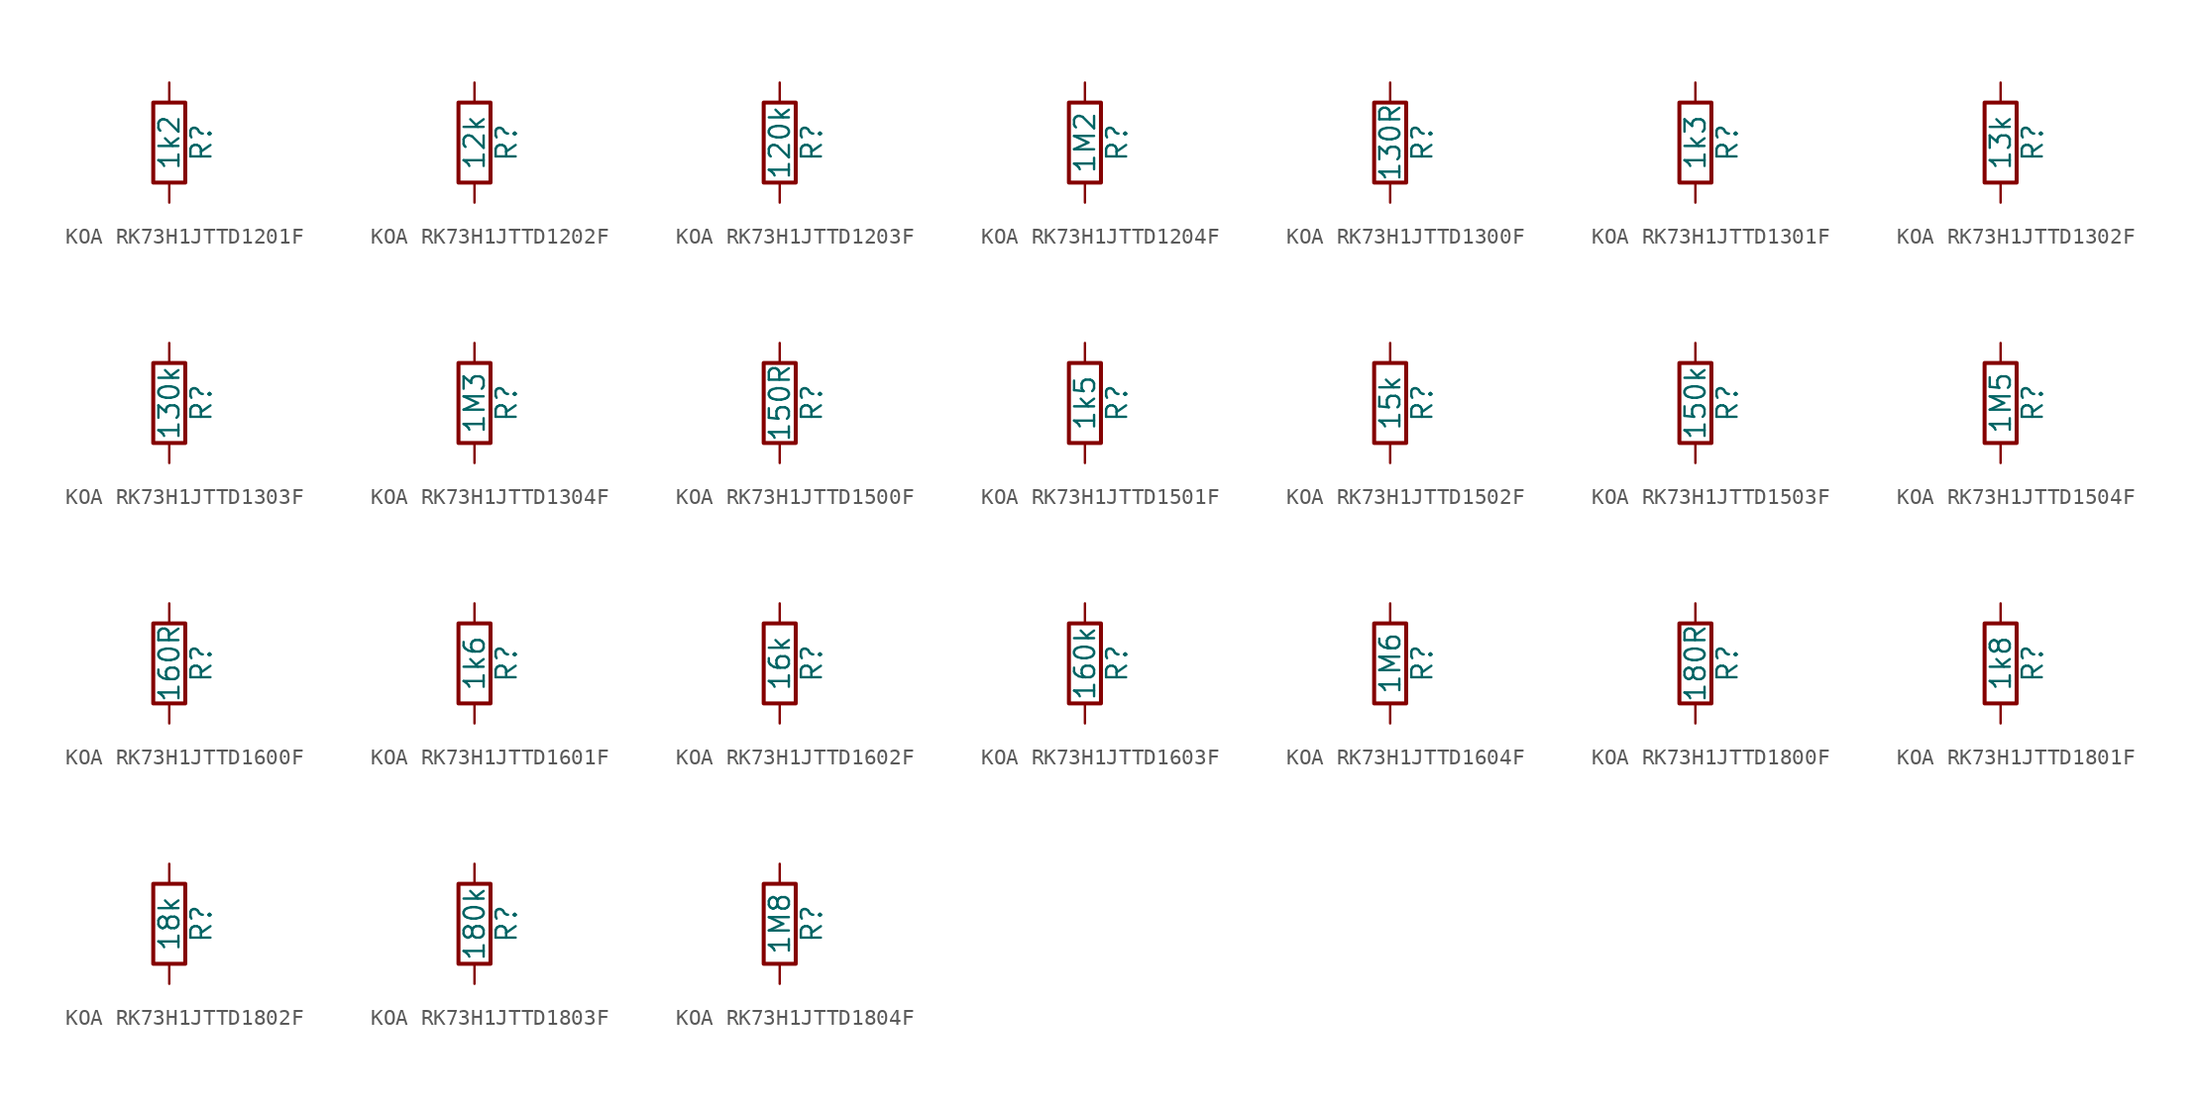
<source format=kicad_sym>
(kicad_symbol_lib
  (version 20220914)
  (generator kicad_symbol_editor)
  (symbol "KOA RK73H1JTTD1201F"
    (pin_numbers hide)
    (pin_names
      (offset 0))
    (property "Reference" "R"
      (at 2.032 0 90)
      (effects (font (size 1.27 1.27))))
    (property "Value" "1k2"
      (at 0 0 90)
      (effects (font (size 1.27 1.27))))
    (symbol "KOA RK73H1JTTD1201F_0_1"
      (rectangle (start -1.016 -2.54) (end 1.016 2.54) (stroke (width 0.254) (type default)) (fill (type none))))
    (symbol "KOA RK73H1JTTD1201F_1_1"
      (pin passive line (at 0 3.81 270) (length 1.27) (name "~" (effects (font (size 1.27 1.27)))) (number "1" (effects (font (size 1.27 1.27)))))
      (pin passive line (at 0 -3.81 90) (length 1.27) (name "~" (effects (font (size 1.27 1.27)))) (number "2" (effects (font (size 1.27 1.27)))))))
  (symbol "KOA RK73H1JTTD1202F"
    (pin_numbers hide)
    (pin_names
      (offset 0))
    (property "Reference" "R"
      (at 2.032 0 90)
      (effects (font (size 1.27 1.27))))
    (property "Value" "12k"
      (at 0 0 90)
      (effects (font (size 1.27 1.27))))
    (symbol "KOA RK73H1JTTD1202F_0_1"
      (rectangle (start -1.016 -2.54) (end 1.016 2.54) (stroke (width 0.254) (type default)) (fill (type none))))
    (symbol "KOA RK73H1JTTD1202F_1_1"
      (pin passive line (at 0 3.81 270) (length 1.27) (name "~" (effects (font (size 1.27 1.27)))) (number "1" (effects (font (size 1.27 1.27)))))
      (pin passive line (at 0 -3.81 90) (length 1.27) (name "~" (effects (font (size 1.27 1.27)))) (number "2" (effects (font (size 1.27 1.27)))))))
  (symbol "KOA RK73H1JTTD1203F"
    (pin_numbers hide)
    (pin_names
      (offset 0))
    (property "Reference" "R"
      (at 2.032 0 90)
      (effects (font (size 1.27 1.27))))
    (property "Value" "120k"
      (at 0 0 90)
      (effects (font (size 1.27 1.27))))
    (symbol "KOA RK73H1JTTD1203F_0_1"
      (rectangle (start -1.016 -2.54) (end 1.016 2.54) (stroke (width 0.254) (type default)) (fill (type none))))
    (symbol "KOA RK73H1JTTD1203F_1_1"
      (pin passive line (at 0 3.81 270) (length 1.27) (name "~" (effects (font (size 1.27 1.27)))) (number "1" (effects (font (size 1.27 1.27)))))
      (pin passive line (at 0 -3.81 90) (length 1.27) (name "~" (effects (font (size 1.27 1.27)))) (number "2" (effects (font (size 1.27 1.27)))))))
  (symbol "KOA RK73H1JTTD1204F"
    (pin_numbers hide)
    (pin_names
      (offset 0))
    (property "Reference" "R"
      (at 2.032 0 90)
      (effects (font (size 1.27 1.27))))
    (property "Value" "1M2"
      (at 0 0 90)
      (effects (font (size 1.27 1.27))))
    (symbol "KOA RK73H1JTTD1204F_0_1"
      (rectangle (start -1.016 -2.54) (end 1.016 2.54) (stroke (width 0.254) (type default)) (fill (type none))))
    (symbol "KOA RK73H1JTTD1204F_1_1"
      (pin passive line (at 0 3.81 270) (length 1.27) (name "~" (effects (font (size 1.27 1.27)))) (number "1" (effects (font (size 1.27 1.27)))))
      (pin passive line (at 0 -3.81 90) (length 1.27) (name "~" (effects (font (size 1.27 1.27)))) (number "2" (effects (font (size 1.27 1.27)))))))
  (symbol "KOA RK73H1JTTD1300F"
    (pin_numbers hide)
    (pin_names
      (offset 0))
    (property "Reference" "R"
      (at 2.032 0 90)
      (effects (font (size 1.27 1.27))))
    (property "Value" "130R"
      (at 0 0 90)
      (effects (font (size 1.27 1.27))))
    (symbol "KOA RK73H1JTTD1300F_0_1"
      (rectangle (start -1.016 -2.54) (end 1.016 2.54) (stroke (width 0.254) (type default)) (fill (type none))))
    (symbol "KOA RK73H1JTTD1300F_1_1"
      (pin passive line (at 0 3.81 270) (length 1.27) (name "~" (effects (font (size 1.27 1.27)))) (number "1" (effects (font (size 1.27 1.27)))))
      (pin passive line (at 0 -3.81 90) (length 1.27) (name "~" (effects (font (size 1.27 1.27)))) (number "2" (effects (font (size 1.27 1.27)))))))
  (symbol "KOA RK73H1JTTD1301F"
    (pin_numbers hide)
    (pin_names
      (offset 0))
    (property "Reference" "R"
      (at 2.032 0 90)
      (effects (font (size 1.27 1.27))))
    (property "Value" "1k3"
      (at 0 0 90)
      (effects (font (size 1.27 1.27))))
    (symbol "KOA RK73H1JTTD1301F_0_1"
      (rectangle (start -1.016 -2.54) (end 1.016 2.54) (stroke (width 0.254) (type default)) (fill (type none))))
    (symbol "KOA RK73H1JTTD1301F_1_1"
      (pin passive line (at 0 3.81 270) (length 1.27) (name "~" (effects (font (size 1.27 1.27)))) (number "1" (effects (font (size 1.27 1.27)))))
      (pin passive line (at 0 -3.81 90) (length 1.27) (name "~" (effects (font (size 1.27 1.27)))) (number "2" (effects (font (size 1.27 1.27)))))))
  (symbol "KOA RK73H1JTTD1302F"
    (pin_numbers hide)
    (pin_names
      (offset 0))
    (property "Reference" "R"
      (at 2.032 0 90)
      (effects (font (size 1.27 1.27))))
    (property "Value" "13k"
      (at 0 0 90)
      (effects (font (size 1.27 1.27))))
    (symbol "KOA RK73H1JTTD1302F_0_1"
      (rectangle (start -1.016 -2.54) (end 1.016 2.54) (stroke (width 0.254) (type default)) (fill (type none))))
    (symbol "KOA RK73H1JTTD1302F_1_1"
      (pin passive line (at 0 3.81 270) (length 1.27) (name "~" (effects (font (size 1.27 1.27)))) (number "1" (effects (font (size 1.27 1.27)))))
      (pin passive line (at 0 -3.81 90) (length 1.27) (name "~" (effects (font (size 1.27 1.27)))) (number "2" (effects (font (size 1.27 1.27)))))))
  (symbol "KOA RK73H1JTTD1303F"
    (pin_numbers hide)
    (pin_names
      (offset 0))
    (property "Reference" "R"
      (at 2.032 0 90)
      (effects (font (size 1.27 1.27))))
    (property "Value" "130k"
      (at 0 0 90)
      (effects (font (size 1.27 1.27))))
    (symbol "KOA RK73H1JTTD1303F_0_1"
      (rectangle (start -1.016 -2.54) (end 1.016 2.54) (stroke (width 0.254) (type default)) (fill (type none))))
    (symbol "KOA RK73H1JTTD1303F_1_1"
      (pin passive line (at 0 3.81 270) (length 1.27) (name "~" (effects (font (size 1.27 1.27)))) (number "1" (effects (font (size 1.27 1.27)))))
      (pin passive line (at 0 -3.81 90) (length 1.27) (name "~" (effects (font (size 1.27 1.27)))) (number "2" (effects (font (size 1.27 1.27)))))))
  (symbol "KOA RK73H1JTTD1304F"
    (pin_numbers hide)
    (pin_names
      (offset 0))
    (property "Reference" "R"
      (at 2.032 0 90)
      (effects (font (size 1.27 1.27))))
    (property "Value" "1M3"
      (at 0 0 90)
      (effects (font (size 1.27 1.27))))
    (symbol "KOA RK73H1JTTD1304F_0_1"
      (rectangle (start -1.016 -2.54) (end 1.016 2.54) (stroke (width 0.254) (type default)) (fill (type none))))
    (symbol "KOA RK73H1JTTD1304F_1_1"
      (pin passive line (at 0 3.81 270) (length 1.27) (name "~" (effects (font (size 1.27 1.27)))) (number "1" (effects (font (size 1.27 1.27)))))
      (pin passive line (at 0 -3.81 90) (length 1.27) (name "~" (effects (font (size 1.27 1.27)))) (number "2" (effects (font (size 1.27 1.27)))))))
  (symbol "KOA RK73H1JTTD1500F"
    (pin_numbers hide)
    (pin_names
      (offset 0))
    (property "Reference" "R"
      (at 2.032 0 90)
      (effects (font (size 1.27 1.27))))
    (property "Value" "150R"
      (at 0 0 90)
      (effects (font (size 1.27 1.27))))
    (symbol "KOA RK73H1JTTD1500F_0_1"
      (rectangle (start -1.016 -2.54) (end 1.016 2.54) (stroke (width 0.254) (type default)) (fill (type none))))
    (symbol "KOA RK73H1JTTD1500F_1_1"
      (pin passive line (at 0 3.81 270) (length 1.27) (name "~" (effects (font (size 1.27 1.27)))) (number "1" (effects (font (size 1.27 1.27)))))
      (pin passive line (at 0 -3.81 90) (length 1.27) (name "~" (effects (font (size 1.27 1.27)))) (number "2" (effects (font (size 1.27 1.27)))))))
  (symbol "KOA RK73H1JTTD1501F"
    (pin_numbers hide)
    (pin_names
      (offset 0))
    (property "Reference" "R"
      (at 2.032 0 90)
      (effects (font (size 1.27 1.27))))
    (property "Value" "1k5"
      (at 0 0 90)
      (effects (font (size 1.27 1.27))))
    (symbol "KOA RK73H1JTTD1501F_0_1"
      (rectangle (start -1.016 -2.54) (end 1.016 2.54) (stroke (width 0.254) (type default)) (fill (type none))))
    (symbol "KOA RK73H1JTTD1501F_1_1"
      (pin passive line (at 0 3.81 270) (length 1.27) (name "~" (effects (font (size 1.27 1.27)))) (number "1" (effects (font (size 1.27 1.27)))))
      (pin passive line (at 0 -3.81 90) (length 1.27) (name "~" (effects (font (size 1.27 1.27)))) (number "2" (effects (font (size 1.27 1.27)))))))
  (symbol "KOA RK73H1JTTD1502F"
    (pin_numbers hide)
    (pin_names
      (offset 0))
    (property "Reference" "R"
      (at 2.032 0 90)
      (effects (font (size 1.27 1.27))))
    (property "Value" "15k"
      (at 0 0 90)
      (effects (font (size 1.27 1.27))))
    (symbol "KOA RK73H1JTTD1502F_0_1"
      (rectangle (start -1.016 -2.54) (end 1.016 2.54) (stroke (width 0.254) (type default)) (fill (type none))))
    (symbol "KOA RK73H1JTTD1502F_1_1"
      (pin passive line (at 0 3.81 270) (length 1.27) (name "~" (effects (font (size 1.27 1.27)))) (number "1" (effects (font (size 1.27 1.27)))))
      (pin passive line (at 0 -3.81 90) (length 1.27) (name "~" (effects (font (size 1.27 1.27)))) (number "2" (effects (font (size 1.27 1.27)))))))
  (symbol "KOA RK73H1JTTD1503F"
    (pin_numbers hide)
    (pin_names
      (offset 0))
    (property "Reference" "R"
      (at 2.032 0 90)
      (effects (font (size 1.27 1.27))))
    (property "Value" "150k"
      (at 0 0 90)
      (effects (font (size 1.27 1.27))))
    (symbol "KOA RK73H1JTTD1503F_0_1"
      (rectangle (start -1.016 -2.54) (end 1.016 2.54) (stroke (width 0.254) (type default)) (fill (type none))))
    (symbol "KOA RK73H1JTTD1503F_1_1"
      (pin passive line (at 0 3.81 270) (length 1.27) (name "~" (effects (font (size 1.27 1.27)))) (number "1" (effects (font (size 1.27 1.27)))))
      (pin passive line (at 0 -3.81 90) (length 1.27) (name "~" (effects (font (size 1.27 1.27)))) (number "2" (effects (font (size 1.27 1.27)))))))
  (symbol "KOA RK73H1JTTD1504F"
    (pin_numbers hide)
    (pin_names
      (offset 0))
    (property "Reference" "R"
      (at 2.032 0 90)
      (effects (font (size 1.27 1.27))))
    (property "Value" "1M5"
      (at 0 0 90)
      (effects (font (size 1.27 1.27))))
    (symbol "KOA RK73H1JTTD1504F_0_1"
      (rectangle (start -1.016 -2.54) (end 1.016 2.54) (stroke (width 0.254) (type default)) (fill (type none))))
    (symbol "KOA RK73H1JTTD1504F_1_1"
      (pin passive line (at 0 3.81 270) (length 1.27) (name "~" (effects (font (size 1.27 1.27)))) (number "1" (effects (font (size 1.27 1.27)))))
      (pin passive line (at 0 -3.81 90) (length 1.27) (name "~" (effects (font (size 1.27 1.27)))) (number "2" (effects (font (size 1.27 1.27)))))))
  (symbol "KOA RK73H1JTTD1600F"
    (pin_numbers hide)
    (pin_names
      (offset 0))
    (property "Reference" "R"
      (at 2.032 0 90)
      (effects (font (size 1.27 1.27))))
    (property "Value" "160R"
      (at 0 0 90)
      (effects (font (size 1.27 1.27))))
    (symbol "KOA RK73H1JTTD1600F_0_1"
      (rectangle (start -1.016 -2.54) (end 1.016 2.54) (stroke (width 0.254) (type default)) (fill (type none))))
    (symbol "KOA RK73H1JTTD1600F_1_1"
      (pin passive line (at 0 3.81 270) (length 1.27) (name "~" (effects (font (size 1.27 1.27)))) (number "1" (effects (font (size 1.27 1.27)))))
      (pin passive line (at 0 -3.81 90) (length 1.27) (name "~" (effects (font (size 1.27 1.27)))) (number "2" (effects (font (size 1.27 1.27)))))))
  (symbol "KOA RK73H1JTTD1601F"
    (pin_numbers hide)
    (pin_names
      (offset 0))
    (property "Reference" "R"
      (at 2.032 0 90)
      (effects (font (size 1.27 1.27))))
    (property "Value" "1k6"
      (at 0 0 90)
      (effects (font (size 1.27 1.27))))
    (symbol "KOA RK73H1JTTD1601F_0_1"
      (rectangle (start -1.016 -2.54) (end 1.016 2.54) (stroke (width 0.254) (type default)) (fill (type none))))
    (symbol "KOA RK73H1JTTD1601F_1_1"
      (pin passive line (at 0 3.81 270) (length 1.27) (name "~" (effects (font (size 1.27 1.27)))) (number "1" (effects (font (size 1.27 1.27)))))
      (pin passive line (at 0 -3.81 90) (length 1.27) (name "~" (effects (font (size 1.27 1.27)))) (number "2" (effects (font (size 1.27 1.27)))))))
  (symbol "KOA RK73H1JTTD1602F"
    (pin_numbers hide)
    (pin_names
      (offset 0))
    (property "Reference" "R"
      (at 2.032 0 90)
      (effects (font (size 1.27 1.27))))
    (property "Value" "16k"
      (at 0 0 90)
      (effects (font (size 1.27 1.27))))
    (symbol "KOA RK73H1JTTD1602F_0_1"
      (rectangle (start -1.016 -2.54) (end 1.016 2.54) (stroke (width 0.254) (type default)) (fill (type none))))
    (symbol "KOA RK73H1JTTD1602F_1_1"
      (pin passive line (at 0 3.81 270) (length 1.27) (name "~" (effects (font (size 1.27 1.27)))) (number "1" (effects (font (size 1.27 1.27)))))
      (pin passive line (at 0 -3.81 90) (length 1.27) (name "~" (effects (font (size 1.27 1.27)))) (number "2" (effects (font (size 1.27 1.27)))))))
  (symbol "KOA RK73H1JTTD1603F"
    (pin_numbers hide)
    (pin_names
      (offset 0))
    (property "Reference" "R"
      (at 2.032 0 90)
      (effects (font (size 1.27 1.27))))
    (property "Value" "160k"
      (at 0 0 90)
      (effects (font (size 1.27 1.27))))
    (symbol "KOA RK73H1JTTD1603F_0_1"
      (rectangle (start -1.016 -2.54) (end 1.016 2.54) (stroke (width 0.254) (type default)) (fill (type none))))
    (symbol "KOA RK73H1JTTD1603F_1_1"
      (pin passive line (at 0 3.81 270) (length 1.27) (name "~" (effects (font (size 1.27 1.27)))) (number "1" (effects (font (size 1.27 1.27)))))
      (pin passive line (at 0 -3.81 90) (length 1.27) (name "~" (effects (font (size 1.27 1.27)))) (number "2" (effects (font (size 1.27 1.27)))))))
  (symbol "KOA RK73H1JTTD1604F"
    (pin_numbers hide)
    (pin_names
      (offset 0))
    (property "Reference" "R"
      (at 2.032 0 90)
      (effects (font (size 1.27 1.27))))
    (property "Value" "1M6"
      (at 0 0 90)
      (effects (font (size 1.27 1.27))))
    (symbol "KOA RK73H1JTTD1604F_0_1"
      (rectangle (start -1.016 -2.54) (end 1.016 2.54) (stroke (width 0.254) (type default)) (fill (type none))))
    (symbol "KOA RK73H1JTTD1604F_1_1"
      (pin passive line (at 0 3.81 270) (length 1.27) (name "~" (effects (font (size 1.27 1.27)))) (number "1" (effects (font (size 1.27 1.27)))))
      (pin passive line (at 0 -3.81 90) (length 1.27) (name "~" (effects (font (size 1.27 1.27)))) (number "2" (effects (font (size 1.27 1.27)))))))
  (symbol "KOA RK73H1JTTD1800F"
    (pin_numbers hide)
    (pin_names
      (offset 0))
    (property "Reference" "R"
      (at 2.032 0 90)
      (effects (font (size 1.27 1.27))))
    (property "Value" "180R"
      (at 0 0 90)
      (effects (font (size 1.27 1.27))))
    (symbol "KOA RK73H1JTTD1800F_0_1"
      (rectangle (start -1.016 -2.54) (end 1.016 2.54) (stroke (width 0.254) (type default)) (fill (type none))))
    (symbol "KOA RK73H1JTTD1800F_1_1"
      (pin passive line (at 0 3.81 270) (length 1.27) (name "~" (effects (font (size 1.27 1.27)))) (number "1" (effects (font (size 1.27 1.27)))))
      (pin passive line (at 0 -3.81 90) (length 1.27) (name "~" (effects (font (size 1.27 1.27)))) (number "2" (effects (font (size 1.27 1.27)))))))
  (symbol "KOA RK73H1JTTD1801F"
    (pin_numbers hide)
    (pin_names
      (offset 0))
    (property "Reference" "R"
      (at 2.032 0 90)
      (effects (font (size 1.27 1.27))))
    (property "Value" "1k8"
      (at 0 0 90)
      (effects (font (size 1.27 1.27))))
    (symbol "KOA RK73H1JTTD1801F_0_1"
      (rectangle (start -1.016 -2.54) (end 1.016 2.54) (stroke (width 0.254) (type default)) (fill (type none))))
    (symbol "KOA RK73H1JTTD1801F_1_1"
      (pin passive line (at 0 3.81 270) (length 1.27) (name "~" (effects (font (size 1.27 1.27)))) (number "1" (effects (font (size 1.27 1.27)))))
      (pin passive line (at 0 -3.81 90) (length 1.27) (name "~" (effects (font (size 1.27 1.27)))) (number "2" (effects (font (size 1.27 1.27)))))))
  (symbol "KOA RK73H1JTTD1802F"
    (pin_numbers hide)
    (pin_names
      (offset 0))
    (property "Reference" "R"
      (at 2.032 0 90)
      (effects (font (size 1.27 1.27))))
    (property "Value" "18k"
      (at 0 0 90)
      (effects (font (size 1.27 1.27))))
    (symbol "KOA RK73H1JTTD1802F_0_1"
      (rectangle (start -1.016 -2.54) (end 1.016 2.54) (stroke (width 0.254) (type default)) (fill (type none))))
    (symbol "KOA RK73H1JTTD1802F_1_1"
      (pin passive line (at 0 3.81 270) (length 1.27) (name "~" (effects (font (size 1.27 1.27)))) (number "1" (effects (font (size 1.27 1.27)))))
      (pin passive line (at 0 -3.81 90) (length 1.27) (name "~" (effects (font (size 1.27 1.27)))) (number "2" (effects (font (size 1.27 1.27)))))))
  (symbol "KOA RK73H1JTTD1803F"
    (pin_numbers hide)
    (pin_names
      (offset 0))
    (property "Reference" "R"
      (at 2.032 0 90)
      (effects (font (size 1.27 1.27))))
    (property "Value" "180k"
      (at 0 0 90)
      (effects (font (size 1.27 1.27))))
    (symbol "KOA RK73H1JTTD1803F_0_1"
      (rectangle (start -1.016 -2.54) (end 1.016 2.54) (stroke (width 0.254) (type default)) (fill (type none))))
    (symbol "KOA RK73H1JTTD1803F_1_1"
      (pin passive line (at 0 3.81 270) (length 1.27) (name "~" (effects (font (size 1.27 1.27)))) (number "1" (effects (font (size 1.27 1.27)))))
      (pin passive line (at 0 -3.81 90) (length 1.27) (name "~" (effects (font (size 1.27 1.27)))) (number "2" (effects (font (size 1.27 1.27)))))))
  (symbol "KOA RK73H1JTTD1804F"
    (pin_numbers hide)
    (pin_names
      (offset 0))
    (property "Reference" "R"
      (at 2.032 0 90)
      (effects (font (size 1.27 1.27))))
    (property "Value" "1M8"
      (at 0 0 90)
      (effects (font (size 1.27 1.27))))
    (symbol "KOA RK73H1JTTD1804F_0_1"
      (rectangle (start -1.016 -2.54) (end 1.016 2.54) (stroke (width 0.254) (type default)) (fill (type none))))
    (symbol "KOA RK73H1JTTD1804F_1_1"
      (pin passive line (at 0 3.81 270) (length 1.27) (name "~" (effects (font (size 1.27 1.27)))) (number "1" (effects (font (size 1.27 1.27)))))
      (pin passive line (at 0 -3.81 90) (length 1.27) (name "~" (effects (font (size 1.27 1.27)))) (number "2" (effects (font (size 1.27 1.27))))))))
</source>
